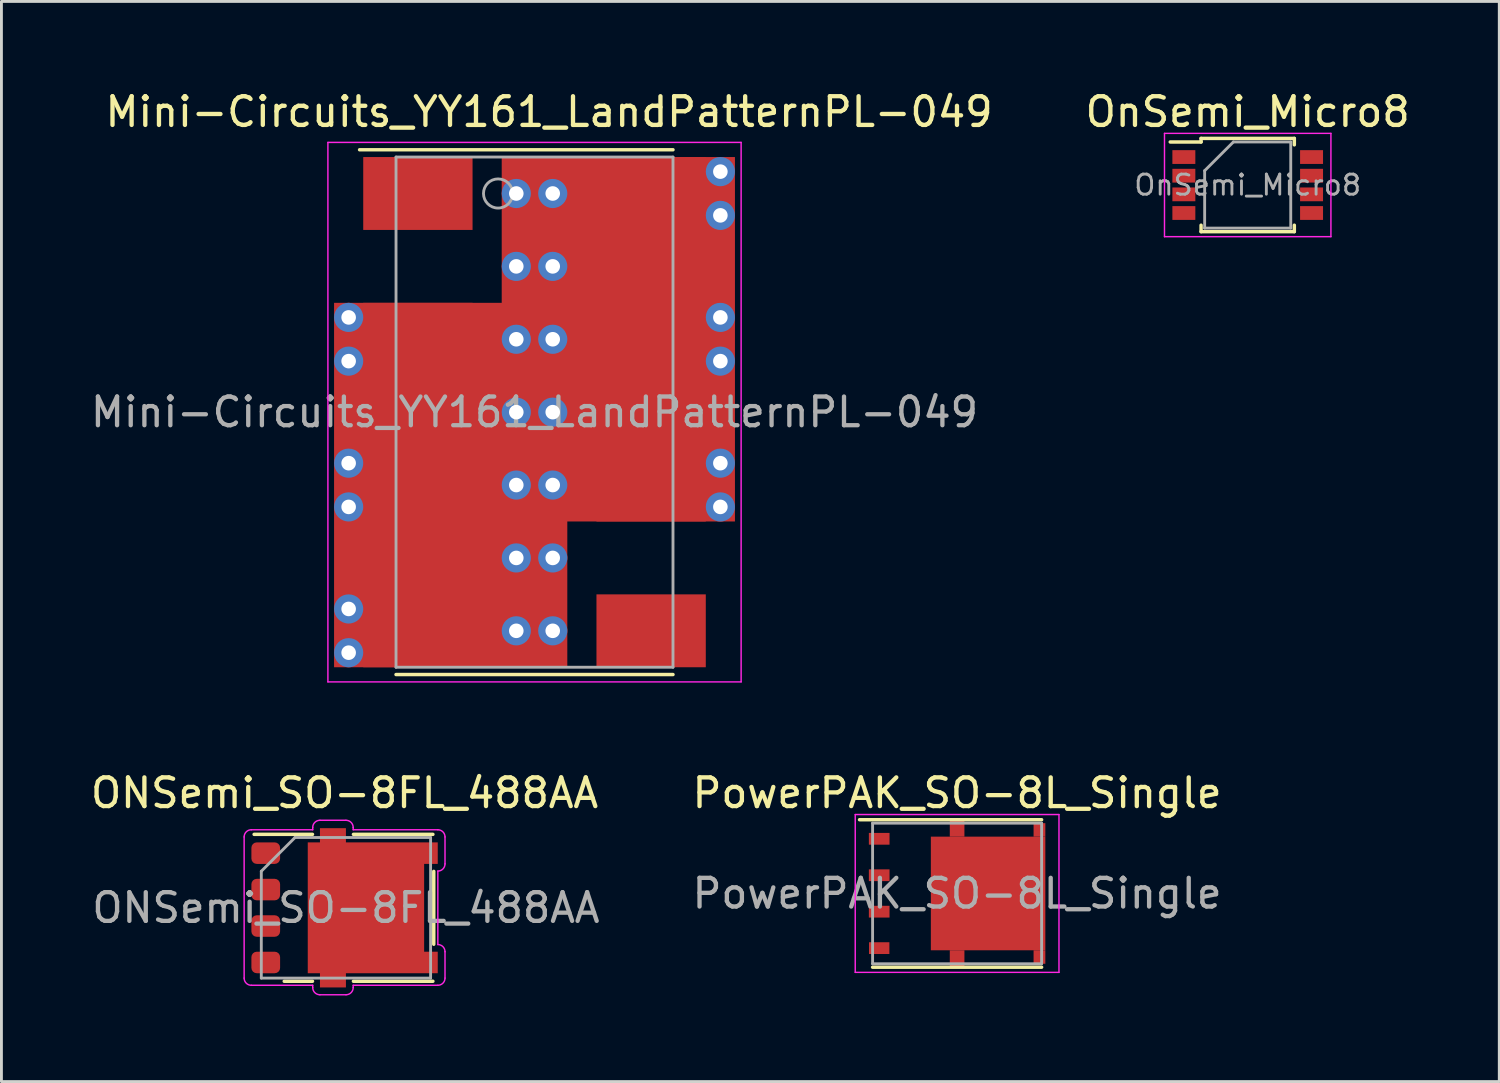
<source format=kicad_pcb>
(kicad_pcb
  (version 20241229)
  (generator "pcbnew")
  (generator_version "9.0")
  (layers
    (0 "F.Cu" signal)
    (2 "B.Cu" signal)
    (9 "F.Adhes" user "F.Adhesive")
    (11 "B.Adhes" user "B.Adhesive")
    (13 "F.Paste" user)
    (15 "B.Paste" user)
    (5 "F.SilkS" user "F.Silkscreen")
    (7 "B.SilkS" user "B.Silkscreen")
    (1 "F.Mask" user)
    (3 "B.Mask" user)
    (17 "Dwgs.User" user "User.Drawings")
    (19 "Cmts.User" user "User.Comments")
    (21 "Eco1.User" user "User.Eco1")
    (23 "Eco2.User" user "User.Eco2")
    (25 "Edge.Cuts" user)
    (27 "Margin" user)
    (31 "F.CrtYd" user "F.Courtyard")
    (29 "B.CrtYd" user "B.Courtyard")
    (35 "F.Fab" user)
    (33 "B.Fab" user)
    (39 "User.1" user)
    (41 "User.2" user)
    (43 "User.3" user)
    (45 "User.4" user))
  (footprint "PowerPAK_SO-8L_Single"
    (layer "F.Cu")
    (at 30.304 28.086)
    (property "Reference" "PowerPAK_SO-8L_Single" (at 0 -3.5 0) (layer "F.SilkS") (effects (font (size 1 1) (thickness 0.15))))
    (attr smd)
    (fp_line (start -3.4 -2.57) (end 2.945 -2.57) (stroke (width 0.12) (type solid)) (layer "F.SilkS"))
    (fp_line (start -2.945 2.57) (end 2.945 2.57) (stroke (width 0.12) (type solid)) (layer "F.SilkS"))
    (fp_line (start -3.55 -2.75) (end -3.55 2.75) (stroke (width 0.05) (type solid)) (layer "F.CrtYd"))
    (fp_line (start -3.55 -2.75) (end 3.55 -2.75) (stroke (width 0.05) (type solid)) (layer "F.CrtYd"))
    (fp_line (start -3.55 2.75) (end 3.55 2.75) (stroke (width 0.05) (type solid)) (layer "F.CrtYd"))
    (fp_line (start 3.55 -2.75) (end 3.55 2.75) (stroke (width 0.05) (type solid)) (layer "F.CrtYd"))
    (fp_line (start -2.945 -2.45) (end 2.945 -2.45) (stroke (width 0.1) (type solid)) (layer "F.Fab"))
    (fp_line (start -2.945 2.45) (end -2.945 -2.45) (stroke (width 0.1) (type solid)) (layer "F.Fab"))
    (fp_line (start 2.945 -2.45) (end 2.945 2.45) (stroke (width 0.1) (type solid)) (layer "F.Fab"))
    (fp_line (start 2.945 2.45) (end -2.945 2.45) (stroke (width 0.1) (type solid)) (layer "F.Fab"))
    (fp_text user "${REFERENCE}" (at 0 0 0) (layer "F.Fab") (effects (font (size 1 1) (thickness 0.15))))
    (pad "1" smd rect (at -2.715 -1.905) (size 0.72 0.41) (layers "F.Cu" "F.Mask" "F.Paste"))
    (pad "2" smd rect (at -2.715 -0.635) (size 0.72 0.41) (layers "F.Cu" "F.Mask" "F.Paste"))
    (pad "3" smd rect (at -2.715 0.635) (size 0.72 0.41) (layers "F.Cu" "F.Mask" "F.Paste"))
    (pad "4" smd rect (at -2.715 1.905) (size 0.71 0.41) (layers "F.Cu" "F.Mask" "F.Paste"))
    (pad "5" smd rect (at 0 -2.272) (size 0.51 0.585) (layers "F.Cu" "F.Mask" "F.Paste"))
    (pad "5" smd rect (at 0 2.272) (size 0.51 0.585) (layers "F.Cu" "F.Mask" "F.Paste"))
    (pad "5" smd rect (at 1.08 0) (size 3.99 3.96) (layers "F.Cu" "F.Mask" "F.Paste"))
    (pad "5" smd rect (at 2.87 -2.215) (size 0.41 0.47) (layers "F.Cu" "F.Mask" "F.Paste"))
    (pad "5" smd rect (at 2.87 2.215) (size 0.41 0.47) (layers "F.Cu" "F.Mask" "F.Paste")))
  (footprint "OnSemi_Micro8"
    (layer "F.Cu")
    (at 40.431 3.398)
    (property "Reference" "OnSemi_Micro8" (at 0 -2.55 0) (layer "F.SilkS") (effects (font (size 1 1) (thickness 0.15))))
    (attr smd)
    (fp_line (start -1.625 -1.625) (end -1.625 -1.5) (stroke (width 0.12) (type solid)) (layer "F.SilkS"))
    (fp_line (start -1.625 -1.625) (end 1.625 -1.625) (stroke (width 0.12) (type solid)) (layer "F.SilkS"))
    (fp_line (start -1.625 -1.5) (end -2.7 -1.5) (stroke (width 0.12) (type solid)) (layer "F.SilkS"))
    (fp_line (start -1.625 1.625) (end -1.625 1.4) (stroke (width 0.12) (type solid)) (layer "F.SilkS"))
    (fp_line (start -1.625 1.625) (end 1.625 1.625) (stroke (width 0.12) (type solid)) (layer "F.SilkS"))
    (fp_line (start 1.625 -1.625) (end 1.625 -1.4) (stroke (width 0.12) (type solid)) (layer "F.SilkS"))
    (fp_line (start 1.625 1.625) (end 1.625 1.4) (stroke (width 0.12) (type solid)) (layer "F.SilkS"))
    (fp_line (start -2.9 -1.8) (end -2.9 1.8) (stroke (width 0.05) (type solid)) (layer "F.CrtYd"))
    (fp_line (start -2.9 -1.8) (end 2.9 -1.8) (stroke (width 0.05) (type solid)) (layer "F.CrtYd"))
    (fp_line (start -2.9 1.8) (end 2.9 1.8) (stroke (width 0.05) (type solid)) (layer "F.CrtYd"))
    (fp_line (start 2.9 -1.8) (end 2.9 1.8) (stroke (width 0.05) (type solid)) (layer "F.CrtYd"))
    (fp_line (start -1.5 -0.5) (end -0.5 -1.5) (stroke (width 0.1) (type solid)) (layer "F.Fab"))
    (fp_line (start -1.5 1.5) (end -1.5 -0.5) (stroke (width 0.1) (type solid)) (layer "F.Fab"))
    (fp_line (start -0.5 -1.5) (end 1.5 -1.5) (stroke (width 0.1) (type solid)) (layer "F.Fab"))
    (fp_line (start 1.5 -1.5) (end 1.5 1.5) (stroke (width 0.1) (type solid)) (layer "F.Fab"))
    (fp_line (start 1.5 1.5) (end -1.5 1.5) (stroke (width 0.1) (type solid)) (layer "F.Fab"))
    (fp_text user "${REFERENCE}" (at 0 0 0) (layer "F.Fab") (effects (font (size 0.7 0.7) (thickness 0.1))))
    (pad "1" smd rect (at -2.225 -0.975) (size 0.8 0.48) (layers "F.Cu" "F.Mask" "F.Paste"))
    (pad "2" smd rect (at -2.225 -0.325) (size 0.8 0.48) (layers "F.Cu" "F.Mask" "F.Paste"))
    (pad "3" smd rect (at -2.225 0.325) (size 0.8 0.48) (layers "F.Cu" "F.Mask" "F.Paste"))
    (pad "4" smd rect (at -2.225 0.975) (size 0.8 0.48) (layers "F.Cu" "F.Mask" "F.Paste"))
    (pad "5" smd rect (at 2.225 0.975) (size 0.8 0.48) (layers "F.Cu" "F.Mask" "F.Paste"))
    (pad "6" smd rect (at 2.225 0.325) (size 0.8 0.48) (layers "F.Cu" "F.Mask" "F.Paste"))
    (pad "7" smd rect (at 2.225 -0.325) (size 0.8 0.48) (layers "F.Cu" "F.Mask" "F.Paste"))
    (pad "8" smd rect (at 2.225 -0.975) (size 0.8 0.48) (layers "F.Cu" "F.Mask" "F.Paste")))
  (footprint "ONSemi_SO-8FL_488AA"
    (layer "F.Cu")
    (at 8.958 28.586)
    (property "Reference" "ONSemi_SO-8FL_488AA" (at 0 -4 0) (layer "F.SilkS") (effects (font (size 1 1) (thickness 0.15))))
    (attr smd)
    (fp_line (start -1.118 -2.56) (end -3.152 -2.56) (stroke (width 0.12) (type solid)) (layer "F.SilkS"))
    (fp_line (start -1.118 2.56) (end -2.103 2.56) (stroke (width 0.12) (type solid)) (layer "F.SilkS"))
    (fp_line (start 3.078 -2.56) (end 0.308 -2.56) (stroke (width 0.12) (type solid)) (layer "F.SilkS"))
    (fp_line (start 3.078 2.56) (end 0.308 2.56) (stroke (width 0.12) (type solid)) (layer "F.SilkS"))
    (fp_line (start 3.108 -1.27) (end 3.108 1.27) (stroke (width 0.12) (type solid)) (layer "F.SilkS"))
    (fp_line (start -3.5 2.45) (end -3.5 -2.47) (stroke (width 0.05) (type solid)) (layer "F.CrtYd"))
    (fp_line (start -3.25 -2.72) (end -1.11 -2.72) (stroke (width 0.05) (type solid)) (layer "F.CrtYd"))
    (fp_line (start -3.25 2.7) (end -1.11 2.7) (stroke (width 0.05) (type solid)) (layer "F.CrtYd"))
    (fp_line (start -1.11 -2.8) (end -1.11 -2.72) (stroke (width 0.05) (type solid)) (layer "F.CrtYd"))
    (fp_line (start -1.11 2.7) (end -1.11 2.78) (stroke (width 0.05) (type solid)) (layer "F.CrtYd"))
    (fp_line (start -0.86 -3.05) (end 0.05 -3.05) (stroke (width 0.05) (type solid)) (layer "F.CrtYd"))
    (fp_line (start -0.86 3.03) (end 0.05 3.03) (stroke (width 0.05) (type solid)) (layer "F.CrtYd"))
    (fp_line (start 0.3 -2.72) (end 0.3 -2.8) (stroke (width 0.05) (type solid)) (layer "F.CrtYd"))
    (fp_line (start 0.3 -2.72) (end 3.25 -2.72) (stroke (width 0.05) (type solid)) (layer "F.CrtYd"))
    (fp_line (start 0.3 2.7) (end 3.25 2.7) (stroke (width 0.05) (type solid)) (layer "F.CrtYd"))
    (fp_line (start 0.3 2.78) (end 0.3 2.7) (stroke (width 0.05) (type solid)) (layer "F.CrtYd"))
    (fp_line (start 3.25 1.28) (end 3.25 -1.28) (stroke (width 0.05) (type solid)) (layer "F.CrtYd"))
    (fp_line (start 3.5 -1.53) (end 3.5 -2.47) (stroke (width 0.05) (type solid)) (layer "F.CrtYd"))
    (fp_line (start 3.5 2.45) (end 3.5 1.53) (stroke (width 0.05) (type solid)) (layer "F.CrtYd"))
    (fp_arc (start -3.5 -2.47) (mid -3.426777 -2.646777) (end -3.25 -2.72) (stroke (width 0.05) (type solid)) (layer "F.CrtYd"))
    (fp_arc (start -3.25 2.7) (mid -3.426777 2.626777) (end -3.5 2.45) (stroke (width 0.05) (type solid)) (layer "F.CrtYd"))
    (fp_arc (start -1.11 -2.8) (mid -1.036777 -2.976777) (end -0.86 -3.05) (stroke (width 0.05) (type solid)) (layer "F.CrtYd"))
    (fp_arc (start -0.86 3.03) (mid -1.036777 2.956777) (end -1.11 2.78) (stroke (width 0.05) (type solid)) (layer "F.CrtYd"))
    (fp_arc (start 0.05 -3.05) (mid 0.226777 -2.976777) (end 0.3 -2.8) (stroke (width 0.05) (type solid)) (layer "F.CrtYd"))
    (fp_arc (start 0.3 2.78) (mid 0.226777 2.956777) (end 0.05 3.03) (stroke (width 0.05) (type solid)) (layer "F.CrtYd"))
    (fp_arc (start 3.25 -2.72) (mid 3.426777 -2.646777) (end 3.5 -2.47) (stroke (width 0.05) (type solid)) (layer "F.CrtYd"))
    (fp_arc (start 3.25 1.28) (mid 3.426777 1.353223) (end 3.5 1.53) (stroke (width 0.05) (type solid)) (layer "F.CrtYd"))
    (fp_arc (start 3.5 -1.53) (mid 3.426777 -1.353223) (end 3.25 -1.28) (stroke (width 0.05) (type solid)) (layer "F.CrtYd"))
    (fp_arc (start 3.5 2.45) (mid 3.426777 2.626777) (end 3.25 2.7) (stroke (width 0.05) (type solid)) (layer "F.CrtYd"))
    (fp_line (start -2.902 -1.275) (end -2.902 2.45) (stroke (width 0.1) (type solid)) (layer "F.Fab"))
    (fp_line (start -1.727 -2.45) (end -2.902 -1.275) (stroke (width 0.1) (type solid)) (layer "F.Fab"))
    (fp_line (start 2.998 -2.45) (end -1.727 -2.45) (stroke (width 0.1) (type solid)) (layer "F.Fab"))
    (fp_line (start 2.998 -2.45) (end 2.998 2.45) (stroke (width 0.1) (type solid)) (layer "F.Fab"))
    (fp_line (start 2.998 2.45) (end -2.902 2.45) (stroke (width 0.1) (type solid)) (layer "F.Fab"))
    (fp_text user "${REFERENCE}" (at 0.048 0 0) (layer "F.Fab") (effects (font (size 1 1) (thickness 0.15))))
    (pad "1" smd roundrect (at -2.747 -1.905) (size 1 0.75) (layers "F.Cu" "F.Mask" "F.Paste") (roundrect_rratio 0.25))
    (pad "2" smd roundrect (at -2.747 -0.635) (size 1 0.75) (layers "F.Cu" "F.Mask" "F.Paste") (roundrect_rratio 0.25))
    (pad "3" smd roundrect (at -2.747 0.635) (size 1 0.75) (layers "F.Cu" "F.Mask" "F.Paste") (roundrect_rratio 0.25))
    (pad "4" smd roundrect (at -2.747 1.905) (size 1 0.75) (layers "F.Cu" "F.Mask" "F.Paste") (roundrect_rratio 0.25))
    (pad "5" smd custom (at 0.745 0) (size 4.055 4.56) (layers "F.Cu" "F.Mask" "F.Paste") (options (anchor rect)) (primitives (gr_poly (pts (xy -2.028 -2.28) (xy -2.028 2.28) (xy -1.603 2.28) (xy -1.603 2.775) (xy -0.698 2.775) (xy -0.698 2.28) (xy 2.502 2.28) (xy 2.502 1.53) (xy 2.027 1.53) (xy 2.027 -1.53) (xy 2.502 -1.53) (xy 2.502 -2.28) (xy -0.698 -2.28) (xy -0.698 -2.775) (xy -1.603 -2.775) (xy -1.603 -2.28)) (width 0) (fill yes)))))
  (footprint "Mini-Circuits_YY161_LandPatternPL-049"
    (layer "F.Cu")
    (at 15.577 11.313)
    (property "Reference" "Mini-Circuits_YY161_LandPatternPL-049" (at 0.508 -10.465 0) (layer "F.SilkS") (effects (font (size 1 1) (thickness 0.15))))
    (attr smd)
    (fp_line (start -4.826 9.144) (end 4.826 9.144) (stroke (width 0.12) (type solid)) (layer "F.SilkS"))
    (fp_line (start 4.826 -9.144) (end -6.096 -9.144) (stroke (width 0.12) (type solid)) (layer "F.SilkS"))
    (fp_line (start -7.2 -9.4) (end -7.2 9.4) (stroke (width 0.05) (type solid)) (layer "F.CrtYd"))
    (fp_line (start -7.2 9.4) (end 7.2 9.4) (stroke (width 0.05) (type solid)) (layer "F.CrtYd"))
    (fp_line (start 7.2 -9.4) (end -7.2 -9.4) (stroke (width 0.05) (type solid)) (layer "F.CrtYd"))
    (fp_line (start 7.2 9.4) (end 7.2 -9.4) (stroke (width 0.05) (type solid)) (layer "F.CrtYd"))
    (fp_line (start -4.826 -8.89) (end -4.826 8.89) (stroke (width 0.1) (type solid)) (layer "F.Fab"))
    (fp_line (start 4.826 -8.89) (end -4.826 -8.89) (stroke (width 0.1) (type solid)) (layer "F.Fab"))
    (fp_line (start 4.826 8.89) (end -4.826 8.89) (stroke (width 0.1) (type solid)) (layer "F.Fab"))
    (fp_line (start 4.826 8.89) (end 4.826 -8.89) (stroke (width 0.1) (type solid)) (layer "F.Fab"))
    (fp_circle (center -1.27 -7.62) (end -0.762 -7.62) (stroke (width 0.1) (type solid)) (fill no) (layer "F.Fab"))
    (fp_text user "${REFERENCE}" (at 0 0 0) (layer "F.Fab") (effects (font (size 1 1) (thickness 0.15))))
    (pad "1" smd rect (at -4.064 -7.62 270) (size 2.54 3.81) (layers "F.Cu" "F.Mask" "F.Paste"))
    (pad "2" thru_hole circle (at -6.477 -3.302 270) (size 1.016 1.016) (drill 0.508) (layers "*.Cu"))
    (pad "2" thru_hole circle (at -6.477 -1.778 270) (size 1.016 1.016) (drill 0.508) (layers "*.Cu"))
    (pad "2" thru_hole circle (at -6.477 1.778 270) (size 1.016 1.016) (drill 0.508) (layers "*.Cu"))
    (pad "2" thru_hole circle (at -6.477 3.302 270) (size 1.016 1.016) (drill 0.508) (layers "*.Cu"))
    (pad "2" thru_hole circle (at -6.477 6.858 270) (size 1.016 1.016) (drill 0.508) (layers "*.Cu"))
    (pad "2" thru_hole circle (at -6.477 8.382 270) (size 1.016 1.016) (drill 0.508) (layers "*.Cu"))
    (pad "2" smd rect (at -2.921 2.54 270) (size 12.7 8.128) (layers "F.Cu"))
    (pad "2" thru_hole circle (at -0.635 -7.62 270) (size 1.016 1.016) (drill 0.508) (layers "*.Cu"))
    (pad "2" thru_hole circle (at -0.635 -5.08 270) (size 1.016 1.016) (drill 0.508) (layers "*.Cu"))
    (pad "2" thru_hole circle (at -0.635 -2.54 270) (size 1.016 1.016) (drill 0.508) (layers "*.Cu"))
    (pad "2" thru_hole circle (at -0.635 0 270) (size 1.016 1.016) (drill 0.508) (layers "*.Cu"))
    (pad "2" thru_hole circle (at -0.635 2.54 270) (size 1.016 1.016) (drill 0.508) (layers "*.Cu"))
    (pad "2" thru_hole circle (at -0.635 5.08 270) (size 1.016 1.016) (drill 0.508) (layers "*.Cu"))
    (pad "2" thru_hole circle (at -0.635 7.62 270) (size 1.016 1.016) (drill 0.508) (layers "*.Cu"))
    (pad "2" thru_hole circle (at 0.635 -7.62 270) (size 1.016 1.016) (drill 0.508) (layers "*.Cu"))
    (pad "2" thru_hole circle (at 0.635 -5.08 270) (size 1.016 1.016) (drill 0.508) (layers "*.Cu"))
    (pad "2" thru_hole circle (at 0.635 -2.54 270) (size 1.016 1.016) (drill 0.508) (layers "*.Cu"))
    (pad "2" thru_hole circle (at 0.635 0 270) (size 1.016 1.016) (drill 0.508) (layers "*.Cu"))
    (pad "2" thru_hole circle (at 0.635 2.54 270) (size 1.016 1.016) (drill 0.508) (layers "*.Cu"))
    (pad "2" thru_hole circle (at 0.635 5.08 270) (size 1.016 1.016) (drill 0.508) (layers "*.Cu"))
    (pad "2" thru_hole circle (at 0.635 7.62 270) (size 1.016 1.016) (drill 0.508) (layers "*.Cu"))
    (pad "2" smd rect (at 2.921 -2.54 270) (size 12.7 8.128) (layers "F.Cu"))
    (pad "2" smd rect (at 4.064 -7.62 270) (size 2.54 3.81) (layers "F.Cu" "F.Mask" "F.Paste"))
    (pad "2" thru_hole circle (at 6.477 -8.382 270) (size 1.016 1.016) (drill 0.508) (layers "*.Cu"))
    (pad "2" thru_hole circle (at 6.477 -6.858 270) (size 1.016 1.016) (drill 0.508) (layers "*.Cu"))
    (pad "2" thru_hole circle (at 6.477 -3.302 270) (size 1.016 1.016) (drill 0.508) (layers "*.Cu"))
    (pad "2" thru_hole circle (at 6.477 -1.778 270) (size 1.016 1.016) (drill 0.508) (layers "*.Cu"))
    (pad "2" thru_hole circle (at 6.477 1.778 270) (size 1.016 1.016) (drill 0.508) (layers "*.Cu"))
    (pad "2" thru_hole circle (at 6.477 3.302 270) (size 1.016 1.016) (drill 0.508) (layers "*.Cu"))
    (pad "3" smd rect (at -4.064 -2.54 270) (size 2.54 3.81) (layers "F.Cu" "F.Mask" "F.Paste"))
    (pad "4" smd rect (at 4.064 -2.54 270) (size 2.54 3.81) (layers "F.Cu" "F.Mask" "F.Paste"))
    (pad "5" smd rect (at -4.064 2.54 270) (size 2.54 3.81) (layers "F.Cu" "F.Mask" "F.Paste"))
    (pad "6" smd rect (at 4.064 2.54 270) (size 2.54 3.81) (layers "F.Cu" "F.Mask" "F.Paste"))
    (pad "7" smd rect (at -4.064 7.62 270) (size 2.54 3.81) (layers "F.Cu" "F.Mask" "F.Paste"))
    (pad "8" smd rect (at 4.064 7.62 270) (size 2.54 3.81) (layers "F.Cu" "F.Mask" "F.Paste")))
  (gr_rect
    (start -3 -3)
    (end 49.198 34.641)
    (stroke (width 0.1) (type default))
    (fill no)
    (layer "Edge.Cuts")))
</source>
